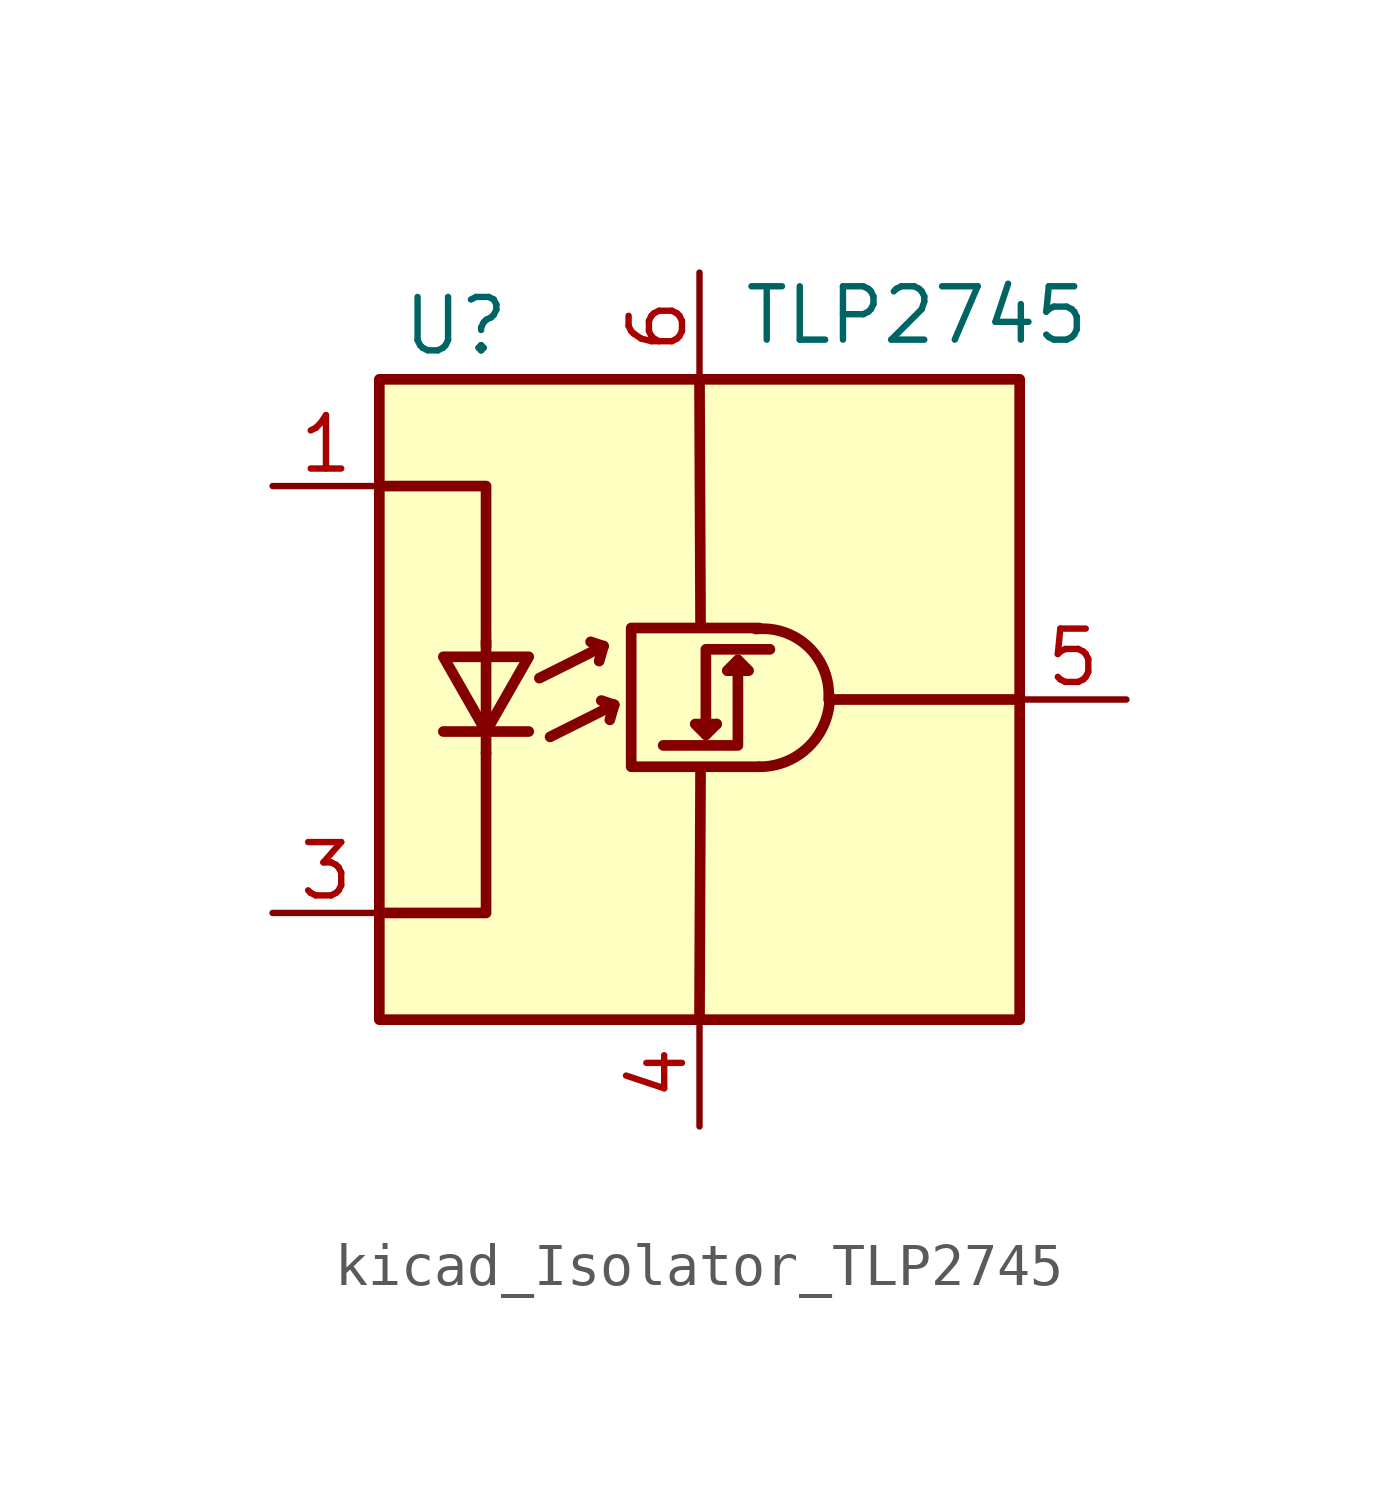
<source format=kicad_sym>
(kicad_symbol_lib
  (version 20220914)
  (generator kicad_symbol_editor)
  (symbol "kicad_Isolator_TLP2745"
    (pin_names
      (offset 1.016) hide)
    (property "Reference" "U"
      (at -7.112 8.89 0)
      (effects (font (size 1.27 1.27)) (justify left)))
    (property "Value" "TLP2745"
      (at 1.016 9.144 0)
      (effects (font (size 1.27 1.27)) (justify left)))
    (symbol "kicad_Isolator_TLP2745_0_1"
      (rectangle (start -7.62 7.62) (end 7.62 -7.62) (stroke (width 0.254) (type default)) (fill (type background)))
      (polyline (pts (xy -6.096 -0.762) (xy -4.064 -0.762)) (stroke (width 0.254) (type default)) (fill (type none)))
      (polyline (pts (xy -5.08 -0.762) (xy -5.08 -1.27)) (stroke (width 0.254) (type default)) (fill (type none)))
      (polyline (pts (xy -5.08 1.016) (xy -5.08 -0.762)) (stroke (width 0.254) (type default)) (fill (type none)))
      (polyline (pts (xy -5.08 1.016) (xy -5.08 1.397)) (stroke (width 0.254) (type default)) (fill (type none)))
      (polyline (pts (xy -3.81 0.508) (xy -2.286 1.27)) (stroke (width 0.254) (type default)) (fill (type none)))
      (polyline (pts (xy -3.556 -0.889) (xy -2.032 -0.127)) (stroke (width 0.254) (type default)) (fill (type none)))
      (polyline (pts (xy -2.286 1.27) (xy -2.591 1.372)) (stroke (width 0.254) (type default)) (fill (type none)))
      (polyline (pts (xy -2.286 1.27) (xy -2.388 0.914)) (stroke (width 0.254) (type default)) (fill (type none)))
      (polyline (pts (xy -2.032 -0.127) (xy -2.337 -0.025)) (stroke (width 0.254) (type default)) (fill (type none)))
      (polyline (pts (xy -2.032 -0.127) (xy -2.134 -0.483)) (stroke (width 0.254) (type default)) (fill (type none)))
      (polyline (pts (xy 0 -7.62) (xy 0.025 -1.651)) (stroke (width 0.254) (type default)) (fill (type none)))
      (polyline (pts (xy 0 7.595) (xy 0.025 1.778)) (stroke (width 0.254) (type default)) (fill (type none)))
      (polyline (pts (xy 7.595 0) (xy 3.15 0)) (stroke (width 0.254) (type default)) (fill (type none)))
      (polyline (pts (xy -7.62 -5.08) (xy -5.08 -5.08) (xy -5.08 -1.27)) (stroke (width 0.254) (type default)) (fill (type none)))
      (polyline (pts (xy -5.08 1.27) (xy -5.08 5.08) (xy -7.62 5.08)) (stroke (width 0.254) (type default)) (fill (type none)))
      (polyline (pts (xy 0.152 -0.838) (xy -0.102 -0.584) (xy 0.406 -0.584)) (stroke (width 0.254) (type default)) (fill (type none)))
      (polyline (pts (xy 0.914 0.94) (xy 0.914 -1.092) (xy -0.864 -1.092)) (stroke (width 0.254) (type default)) (fill (type none)))
      (polyline (pts (xy -6.096 1.016) (xy -4.064 1.016) (xy -5.08 -0.762) (xy -6.096 1.016)) (stroke (width 0.254) (type default)) (fill (type none)))
      (polyline (pts (xy 0.914 0.94) (xy 0.66 0.686) (xy 1.168 0.686) (xy 0.914 0.94)) (stroke (width 0.254) (type default)) (fill (type none)))
      (polyline (pts (xy 1.422 1.702) (xy -1.626 1.702) (xy -1.626 -1.6) (xy 1.422 -1.6)) (stroke (width 0.254) (type default)) (fill (type none)))
      (polyline (pts (xy 1.676 1.194) (xy 0.152 1.194) (xy 0.152 -0.838) (xy 0.406 -0.584)) (stroke (width 0.254) (type default)) (fill (type none)))
      (arc (start 1.4224 -1.6002) (mid 2.6101 -1.1115) (end 3.0988 0.0762) (stroke (width 0.254) (type default)) (fill (type none)))
      (arc (start 3.0734 0) (mid 2.6011 1.2413) (end 1.3462 1.6764) (stroke (width 0.254) (type default)) (fill (type none))))
    (symbol "kicad_Isolator_TLP2745_1_1"
      (pin passive line (at -10.16 5.08 0) (length 2.54) (name "A" (effects (font (size 1.27 1.27)))) (number "1" (effects (font (size 1.27 1.27)))))
      (pin no_connect line (at -7.62 0 0) (length 2.54) hide (name "NC" (effects (font (size 1.27 1.27)))) (number "2" (effects (font (size 1.27 1.27)))))
      (pin passive line (at -10.16 -5.08 0) (length 2.54) (name "K" (effects (font (size 1.27 1.27)))) (number "3" (effects (font (size 1.27 1.27)))))
      (pin power_in line (at 0 -10.16 90) (length 2.54) (name "GND" (effects (font (size 1.27 1.27)))) (number "4" (effects (font (size 1.27 1.27)))))
      (pin output line (at 10.16 0 180) (length 2.54) (name "VO" (effects (font (size 1.27 1.27)))) (number "5" (effects (font (size 1.27 1.27)))))
      (pin power_in line (at 0 10.16 270) (length 2.54) (name "VDD" (effects (font (size 1.27 1.27)))) (number "6" (effects (font (size 1.27 1.27))))))))
</source>
